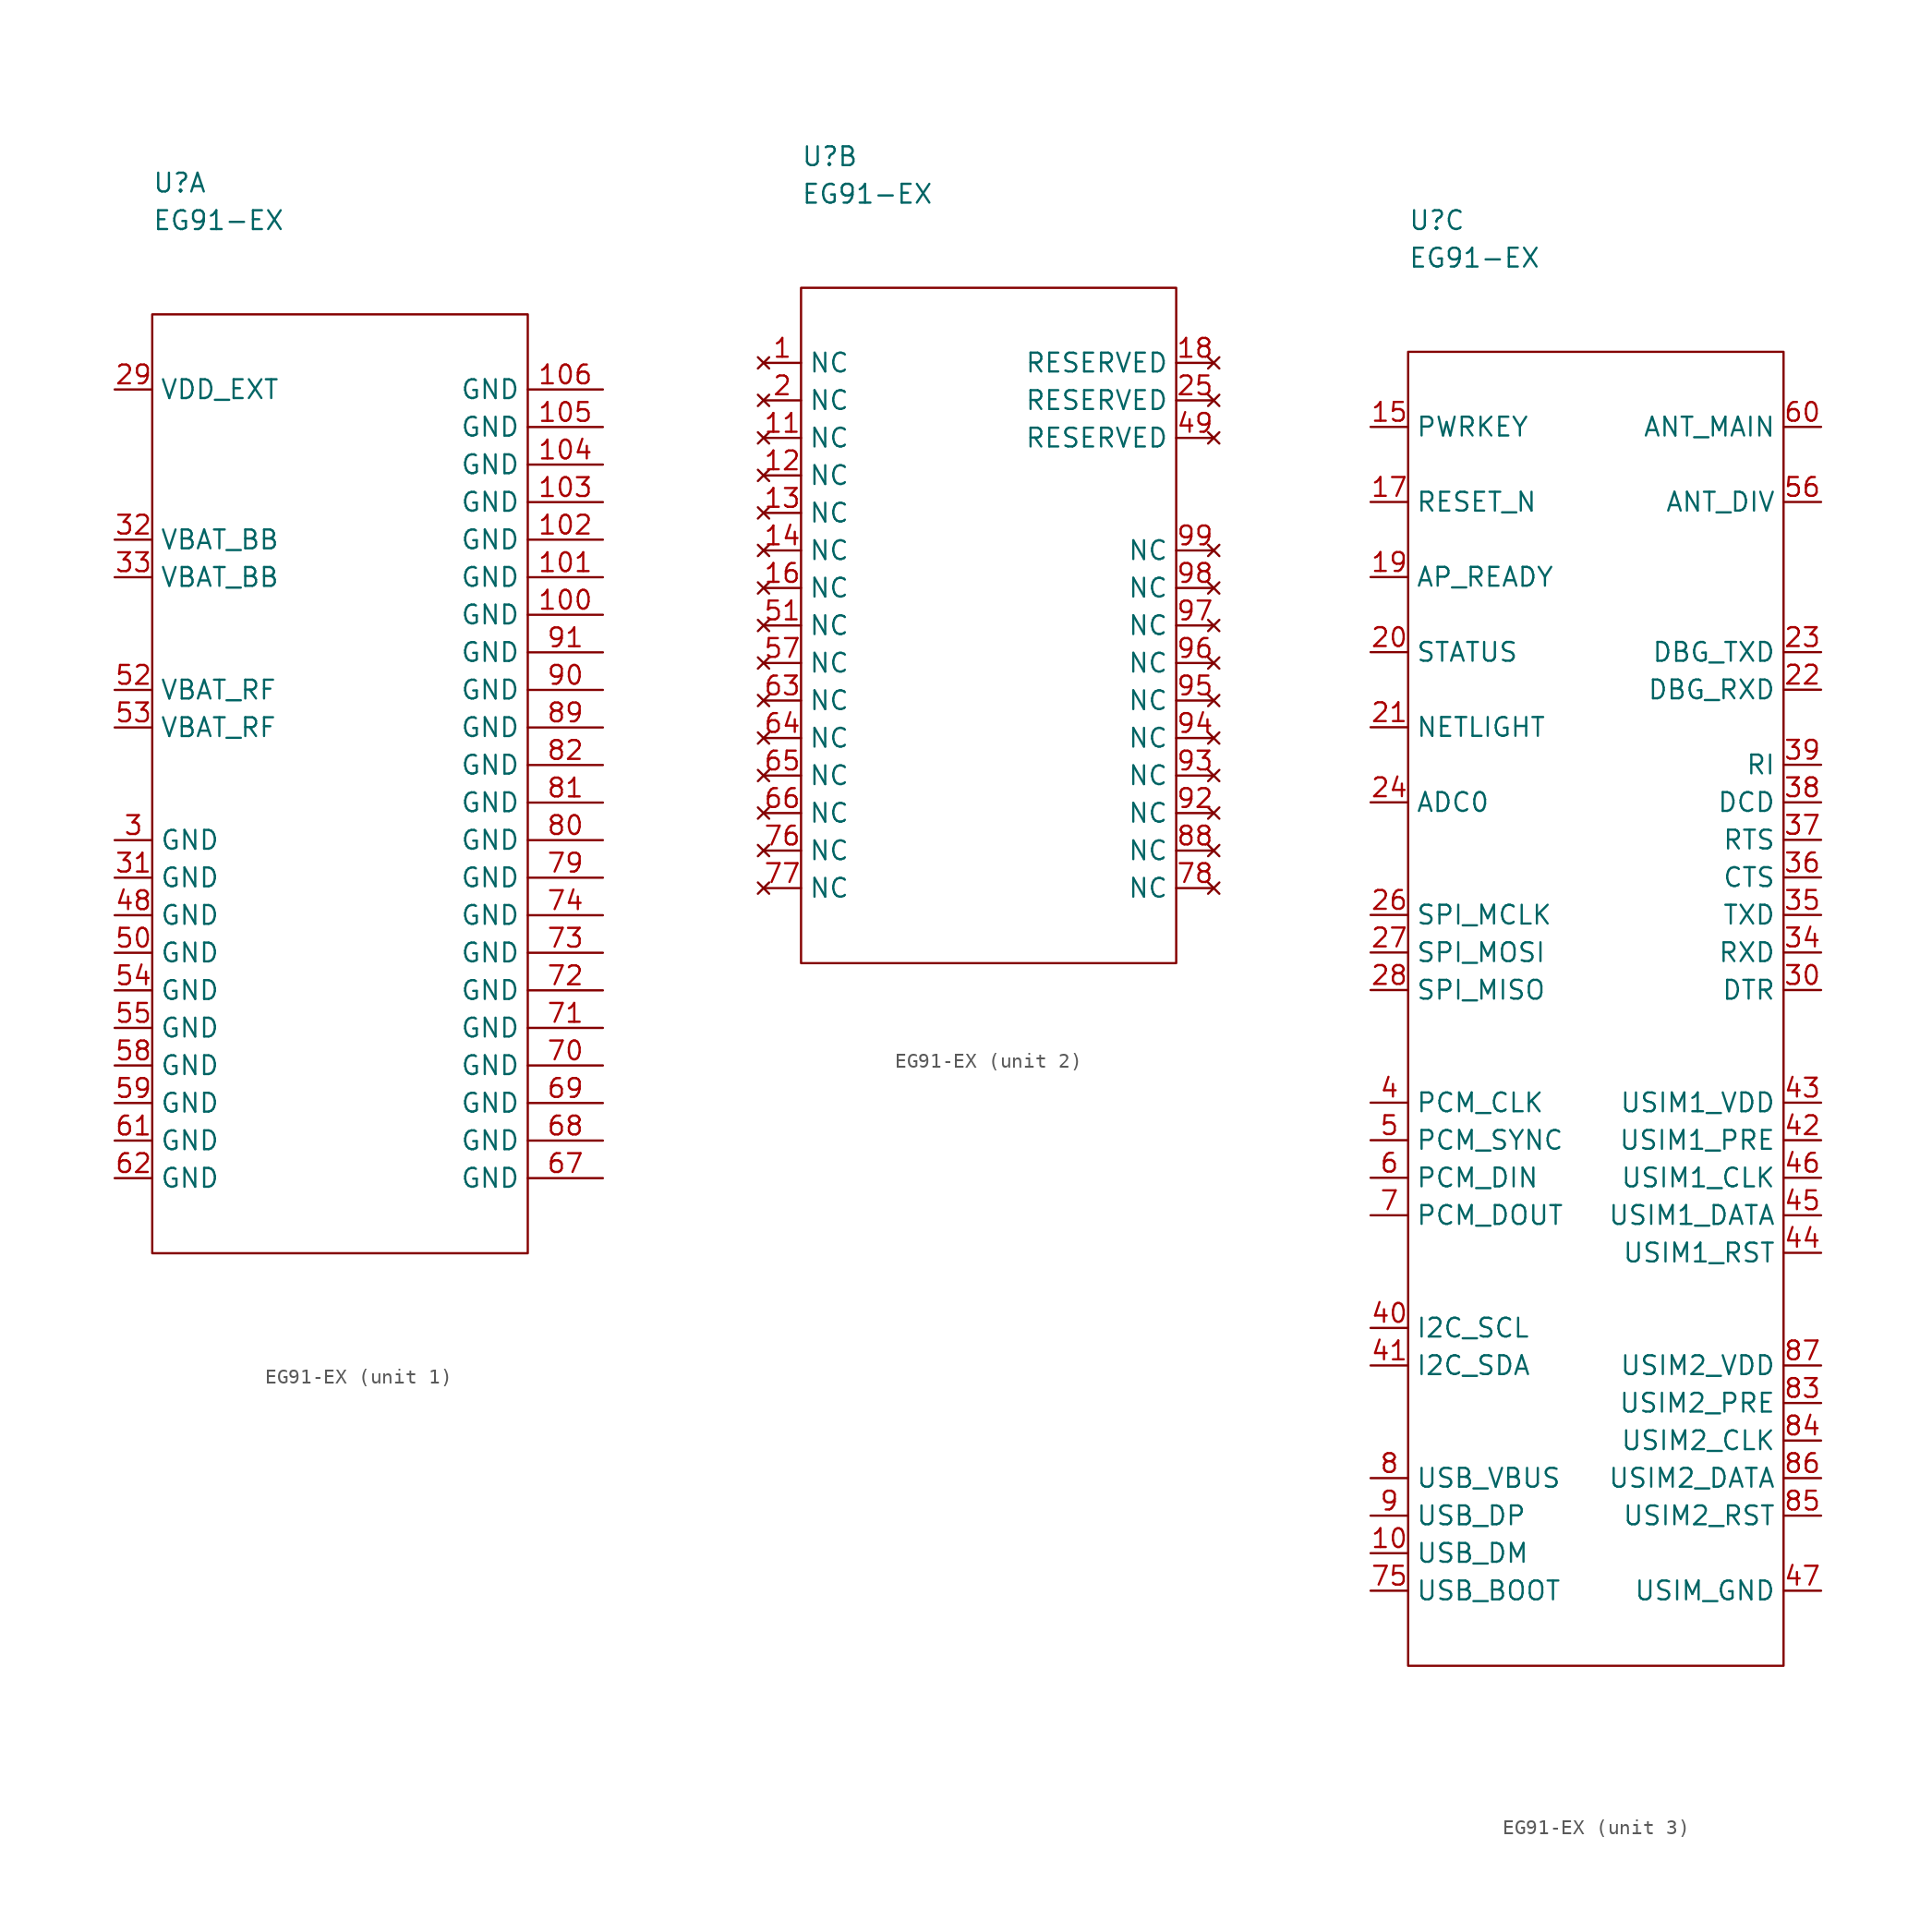
<source format=kicad_sym>
(kicad_symbol_lib
  (version 20211014)
  (generator kicad_symbol_editor)
  (symbol "EG91-EX"
    (property "Reference" "U"
      (at 0 8.89 0)
      (effects (font (size 1.27 1.27)) (justify left)))
    (property "Value" "EG91-EX"
      (at 0 6.35 0)
      (effects (font (size 1.27 1.27)) (justify left)))
    (symbol "EG91-EX_1_1"
      (rectangle (start 0 0) (end 25.4 -63.5) (stroke (width 0.152) (type default) (color 0 0 0 0)) (fill (type none)))
      (pin passive line (at 30.48 -20.32 180) (length 5.08) (name "GND" (effects (font (size 1.27 1.27)))) (number "100" (effects (font (size 1.27 1.27)))))
      (pin passive line (at 30.48 -17.78 180) (length 5.08) (name "GND" (effects (font (size 1.27 1.27)))) (number "101" (effects (font (size 1.27 1.27)))))
      (pin passive line (at 30.48 -15.24 180) (length 5.08) (name "GND" (effects (font (size 1.27 1.27)))) (number "102" (effects (font (size 1.27 1.27)))))
      (pin passive line (at 30.48 -12.7 180) (length 5.08) (name "GND" (effects (font (size 1.27 1.27)))) (number "103" (effects (font (size 1.27 1.27)))))
      (pin passive line (at 30.48 -10.16 180) (length 5.08) (name "GND" (effects (font (size 1.27 1.27)))) (number "104" (effects (font (size 1.27 1.27)))))
      (pin passive line (at 30.48 -7.62 180) (length 5.08) (name "GND" (effects (font (size 1.27 1.27)))) (number "105" (effects (font (size 1.27 1.27)))))
      (pin passive line (at 30.48 -5.08 180) (length 5.08) (name "GND" (effects (font (size 1.27 1.27)))) (number "106" (effects (font (size 1.27 1.27)))))
      (pin passive line (at -2.54 -5.08 0) (length 2.54) (name "VDD_EXT" (effects (font (size 1.27 1.27)))) (number "29" (effects (font (size 1.27 1.27)))))
      (pin passive line (at -2.54 -35.56 0) (length 2.54) (name "GND" (effects (font (size 1.27 1.27)))) (number "3" (effects (font (size 1.27 1.27)))))
      (pin passive line (at -2.54 -38.1 0) (length 2.54) (name "GND" (effects (font (size 1.27 1.27)))) (number "31" (effects (font (size 1.27 1.27)))))
      (pin passive line (at -2.54 -15.24 0) (length 2.54) (name "VBAT_BB" (effects (font (size 1.27 1.27)))) (number "32" (effects (font (size 1.27 1.27)))))
      (pin passive line (at -2.54 -17.78 0) (length 2.54) (name "VBAT_BB" (effects (font (size 1.27 1.27)))) (number "33" (effects (font (size 1.27 1.27)))))
      (pin passive line (at -2.54 -40.64 0) (length 2.54) (name "GND" (effects (font (size 1.27 1.27)))) (number "48" (effects (font (size 1.27 1.27)))))
      (pin passive line (at -2.54 -43.18 0) (length 2.54) (name "GND" (effects (font (size 1.27 1.27)))) (number "50" (effects (font (size 1.27 1.27)))))
      (pin passive line (at -2.54 -25.4 0) (length 2.54) (name "VBAT_RF" (effects (font (size 1.27 1.27)))) (number "52" (effects (font (size 1.27 1.27)))))
      (pin passive line (at -2.54 -27.94 0) (length 2.54) (name "VBAT_RF" (effects (font (size 1.27 1.27)))) (number "53" (effects (font (size 1.27 1.27)))))
      (pin passive line (at -2.54 -45.72 0) (length 2.54) (name "GND" (effects (font (size 1.27 1.27)))) (number "54" (effects (font (size 1.27 1.27)))))
      (pin passive line (at -2.54 -48.26 0) (length 2.54) (name "GND" (effects (font (size 1.27 1.27)))) (number "55" (effects (font (size 1.27 1.27)))))
      (pin passive line (at -2.54 -50.8 0) (length 2.54) (name "GND" (effects (font (size 1.27 1.27)))) (number "58" (effects (font (size 1.27 1.27)))))
      (pin passive line (at -2.54 -53.34 0) (length 2.54) (name "GND" (effects (font (size 1.27 1.27)))) (number "59" (effects (font (size 1.27 1.27)))))
      (pin passive line (at -2.54 -55.88 0) (length 2.54) (name "GND" (effects (font (size 1.27 1.27)))) (number "61" (effects (font (size 1.27 1.27)))))
      (pin passive line (at -2.54 -58.42 0) (length 2.54) (name "GND" (effects (font (size 1.27 1.27)))) (number "62" (effects (font (size 1.27 1.27)))))
      (pin passive line (at 30.48 -58.42 180) (length 5.08) (name "GND" (effects (font (size 1.27 1.27)))) (number "67" (effects (font (size 1.27 1.27)))))
      (pin passive line (at 30.48 -55.88 180) (length 5.08) (name "GND" (effects (font (size 1.27 1.27)))) (number "68" (effects (font (size 1.27 1.27)))))
      (pin passive line (at 30.48 -53.34 180) (length 5.08) (name "GND" (effects (font (size 1.27 1.27)))) (number "69" (effects (font (size 1.27 1.27)))))
      (pin passive line (at 30.48 -50.8 180) (length 5.08) (name "GND" (effects (font (size 1.27 1.27)))) (number "70" (effects (font (size 1.27 1.27)))))
      (pin passive line (at 30.48 -48.26 180) (length 5.08) (name "GND" (effects (font (size 1.27 1.27)))) (number "71" (effects (font (size 1.27 1.27)))))
      (pin passive line (at 30.48 -45.72 180) (length 5.08) (name "GND" (effects (font (size 1.27 1.27)))) (number "72" (effects (font (size 1.27 1.27)))))
      (pin passive line (at 30.48 -43.18 180) (length 5.08) (name "GND" (effects (font (size 1.27 1.27)))) (number "73" (effects (font (size 1.27 1.27)))))
      (pin passive line (at 30.48 -40.64 180) (length 5.08) (name "GND" (effects (font (size 1.27 1.27)))) (number "74" (effects (font (size 1.27 1.27)))))
      (pin passive line (at 30.48 -38.1 180) (length 5.08) (name "GND" (effects (font (size 1.27 1.27)))) (number "79" (effects (font (size 1.27 1.27)))))
      (pin passive line (at 30.48 -35.56 180) (length 5.08) (name "GND" (effects (font (size 1.27 1.27)))) (number "80" (effects (font (size 1.27 1.27)))))
      (pin passive line (at 30.48 -33.02 180) (length 5.08) (name "GND" (effects (font (size 1.27 1.27)))) (number "81" (effects (font (size 1.27 1.27)))))
      (pin passive line (at 30.48 -30.48 180) (length 5.08) (name "GND" (effects (font (size 1.27 1.27)))) (number "82" (effects (font (size 1.27 1.27)))))
      (pin passive line (at 30.48 -27.94 180) (length 5.08) (name "GND" (effects (font (size 1.27 1.27)))) (number "89" (effects (font (size 1.27 1.27)))))
      (pin passive line (at 30.48 -25.4 180) (length 5.08) (name "GND" (effects (font (size 1.27 1.27)))) (number "90" (effects (font (size 1.27 1.27)))))
      (pin passive line (at 30.48 -22.86 180) (length 5.08) (name "GND" (effects (font (size 1.27 1.27)))) (number "91" (effects (font (size 1.27 1.27))))))
    (symbol "EG91-EX_2_1"
      (rectangle (start 0 0) (end 25.4 -45.72) (stroke (width 0.152) (type default) (color 0 0 0 0)) (fill (type none)))
      (pin no_connect line (at -2.54 -5.08 0) (length 2.54) (name "NC" (effects (font (size 1.27 1.27)))) (number "1" (effects (font (size 1.27 1.27)))))
      (pin no_connect line (at -2.54 -10.16 0) (length 2.54) (name "NC" (effects (font (size 1.27 1.27)))) (number "11" (effects (font (size 1.27 1.27)))))
      (pin no_connect line (at -2.54 -12.7 0) (length 2.54) (name "NC" (effects (font (size 1.27 1.27)))) (number "12" (effects (font (size 1.27 1.27)))))
      (pin no_connect line (at -2.54 -15.24 0) (length 2.54) (name "NC" (effects (font (size 1.27 1.27)))) (number "13" (effects (font (size 1.27 1.27)))))
      (pin no_connect line (at -2.54 -17.78 0) (length 2.54) (name "NC" (effects (font (size 1.27 1.27)))) (number "14" (effects (font (size 1.27 1.27)))))
      (pin no_connect line (at -2.54 -20.32 0) (length 2.54) (name "NC" (effects (font (size 1.27 1.27)))) (number "16" (effects (font (size 1.27 1.27)))))
      (pin no_connect line (at 27.94 -5.08 180) (length 2.54) (name "RESERVED" (effects (font (size 1.27 1.27)))) (number "18" (effects (font (size 1.27 1.27)))))
      (pin no_connect line (at -2.54 -7.62 0) (length 2.54) (name "NC" (effects (font (size 1.27 1.27)))) (number "2" (effects (font (size 1.27 1.27)))))
      (pin no_connect line (at 27.94 -7.62 180) (length 2.54) (name "RESERVED" (effects (font (size 1.27 1.27)))) (number "25" (effects (font (size 1.27 1.27)))))
      (pin no_connect line (at 27.94 -10.16 180) (length 2.54) (name "RESERVED" (effects (font (size 1.27 1.27)))) (number "49" (effects (font (size 1.27 1.27)))))
      (pin no_connect line (at -2.54 -22.86 0) (length 2.54) (name "NC" (effects (font (size 1.27 1.27)))) (number "51" (effects (font (size 1.27 1.27)))))
      (pin no_connect line (at -2.54 -25.4 0) (length 2.54) (name "NC" (effects (font (size 1.27 1.27)))) (number "57" (effects (font (size 1.27 1.27)))))
      (pin no_connect line (at -2.54 -27.94 0) (length 2.54) (name "NC" (effects (font (size 1.27 1.27)))) (number "63" (effects (font (size 1.27 1.27)))))
      (pin no_connect line (at -2.54 -30.48 0) (length 2.54) (name "NC" (effects (font (size 1.27 1.27)))) (number "64" (effects (font (size 1.27 1.27)))))
      (pin no_connect line (at -2.54 -33.02 0) (length 2.54) (name "NC" (effects (font (size 1.27 1.27)))) (number "65" (effects (font (size 1.27 1.27)))))
      (pin no_connect line (at -2.54 -35.56 0) (length 2.54) (name "NC" (effects (font (size 1.27 1.27)))) (number "66" (effects (font (size 1.27 1.27)))))
      (pin no_connect line (at -2.54 -38.1 0) (length 2.54) (name "NC" (effects (font (size 1.27 1.27)))) (number "76" (effects (font (size 1.27 1.27)))))
      (pin no_connect line (at -2.54 -40.64 0) (length 2.54) (name "NC" (effects (font (size 1.27 1.27)))) (number "77" (effects (font (size 1.27 1.27)))))
      (pin no_connect line (at 27.94 -40.64 180) (length 2.54) (name "NC" (effects (font (size 1.27 1.27)))) (number "78" (effects (font (size 1.27 1.27)))))
      (pin no_connect line (at 27.94 -38.1 180) (length 2.54) (name "NC" (effects (font (size 1.27 1.27)))) (number "88" (effects (font (size 1.27 1.27)))))
      (pin no_connect line (at 27.94 -35.56 180) (length 2.54) (name "NC" (effects (font (size 1.27 1.27)))) (number "92" (effects (font (size 1.27 1.27)))))
      (pin no_connect line (at 27.94 -33.02 180) (length 2.54) (name "NC" (effects (font (size 1.27 1.27)))) (number "93" (effects (font (size 1.27 1.27)))))
      (pin no_connect line (at 27.94 -30.48 180) (length 2.54) (name "NC" (effects (font (size 1.27 1.27)))) (number "94" (effects (font (size 1.27 1.27)))))
      (pin no_connect line (at 27.94 -27.94 180) (length 2.54) (name "NC" (effects (font (size 1.27 1.27)))) (number "95" (effects (font (size 1.27 1.27)))))
      (pin no_connect line (at 27.94 -25.4 180) (length 2.54) (name "NC" (effects (font (size 1.27 1.27)))) (number "96" (effects (font (size 1.27 1.27)))))
      (pin no_connect line (at 27.94 -22.86 180) (length 2.54) (name "NC" (effects (font (size 1.27 1.27)))) (number "97" (effects (font (size 1.27 1.27)))))
      (pin no_connect line (at 27.94 -20.32 180) (length 2.54) (name "NC" (effects (font (size 1.27 1.27)))) (number "98" (effects (font (size 1.27 1.27)))))
      (pin no_connect line (at 27.94 -17.78 180) (length 2.54) (name "NC" (effects (font (size 1.27 1.27)))) (number "99" (effects (font (size 1.27 1.27))))))
    (symbol "EG91-EX_3_1"
      (rectangle (start 0 0) (end 25.4 -88.9) (stroke (width 0.152) (type default) (color 0 0 0 0)) (fill (type none)))
      (pin passive line (at -2.54 -81.28 0) (length 2.54) (name "USB_DM" (effects (font (size 1.27 1.27)))) (number "10" (effects (font (size 1.27 1.27)))))
      (pin passive line (at -2.54 -5.08 0) (length 2.54) (name "PWRKEY" (effects (font (size 1.27 1.27)))) (number "15" (effects (font (size 1.27 1.27)))))
      (pin passive line (at -2.54 -10.16 0) (length 2.54) (name "RESET_N" (effects (font (size 1.27 1.27)))) (number "17" (effects (font (size 1.27 1.27)))))
      (pin passive line (at -2.54 -15.24 0) (length 2.54) (name "AP_READY" (effects (font (size 1.27 1.27)))) (number "19" (effects (font (size 1.27 1.27)))))
      (pin passive line (at -2.54 -20.32 0) (length 2.54) (name "STATUS" (effects (font (size 1.27 1.27)))) (number "20" (effects (font (size 1.27 1.27)))))
      (pin passive line (at -2.54 -25.4 0) (length 2.54) (name "NETLIGHT" (effects (font (size 1.27 1.27)))) (number "21" (effects (font (size 1.27 1.27)))))
      (pin passive line (at 27.94 -22.86 180) (length 2.54) (name "DBG_RXD" (effects (font (size 1.27 1.27)))) (number "22" (effects (font (size 1.27 1.27)))))
      (pin passive line (at 27.94 -20.32 180) (length 2.54) (name "DBG_TXD" (effects (font (size 1.27 1.27)))) (number "23" (effects (font (size 1.27 1.27)))))
      (pin passive line (at -2.54 -30.48 0) (length 2.54) (name "ADC0" (effects (font (size 1.27 1.27)))) (number "24" (effects (font (size 1.27 1.27)))))
      (pin passive line (at -2.54 -38.1 0) (length 2.54) (name "SPI_MCLK" (effects (font (size 1.27 1.27)))) (number "26" (effects (font (size 1.27 1.27)))))
      (pin passive line (at -2.54 -40.64 0) (length 2.54) (name "SPI_MOSI" (effects (font (size 1.27 1.27)))) (number "27" (effects (font (size 1.27 1.27)))))
      (pin passive line (at -2.54 -43.18 0) (length 2.54) (name "SPI_MISO" (effects (font (size 1.27 1.27)))) (number "28" (effects (font (size 1.27 1.27)))))
      (pin passive line (at 27.94 -43.18 180) (length 2.54) (name "DTR" (effects (font (size 1.27 1.27)))) (number "30" (effects (font (size 1.27 1.27)))))
      (pin passive line (at 27.94 -40.64 180) (length 2.54) (name "RXD" (effects (font (size 1.27 1.27)))) (number "34" (effects (font (size 1.27 1.27)))))
      (pin passive line (at 27.94 -38.1 180) (length 2.54) (name "TXD" (effects (font (size 1.27 1.27)))) (number "35" (effects (font (size 1.27 1.27)))))
      (pin passive line (at 27.94 -35.56 180) (length 2.54) (name "CTS" (effects (font (size 1.27 1.27)))) (number "36" (effects (font (size 1.27 1.27)))))
      (pin passive line (at 27.94 -33.02 180) (length 2.54) (name "RTS" (effects (font (size 1.27 1.27)))) (number "37" (effects (font (size 1.27 1.27)))))
      (pin passive line (at 27.94 -30.48 180) (length 2.54) (name "DCD" (effects (font (size 1.27 1.27)))) (number "38" (effects (font (size 1.27 1.27)))))
      (pin passive line (at 27.94 -27.94 180) (length 2.54) (name "RI" (effects (font (size 1.27 1.27)))) (number "39" (effects (font (size 1.27 1.27)))))
      (pin passive line (at -2.54 -50.8 0) (length 2.54) (name "PCM_CLK" (effects (font (size 1.27 1.27)))) (number "4" (effects (font (size 1.27 1.27)))))
      (pin passive line (at -2.54 -66.04 0) (length 2.54) (name "I2C_SCL" (effects (font (size 1.27 1.27)))) (number "40" (effects (font (size 1.27 1.27)))))
      (pin passive line (at -2.54 -68.58 0) (length 2.54) (name "I2C_SDA" (effects (font (size 1.27 1.27)))) (number "41" (effects (font (size 1.27 1.27)))))
      (pin passive line (at 27.94 -53.34 180) (length 2.54) (name "USIM1_PRE" (effects (font (size 1.27 1.27)))) (number "42" (effects (font (size 1.27 1.27)))))
      (pin passive line (at 27.94 -50.8 180) (length 2.54) (name "USIM1_VDD" (effects (font (size 1.27 1.27)))) (number "43" (effects (font (size 1.27 1.27)))))
      (pin passive line (at 27.94 -60.96 180) (length 2.54) (name "USIM1_RST" (effects (font (size 1.27 1.27)))) (number "44" (effects (font (size 1.27 1.27)))))
      (pin passive line (at 27.94 -58.42 180) (length 2.54) (name "USIM1_DATA" (effects (font (size 1.27 1.27)))) (number "45" (effects (font (size 1.27 1.27)))))
      (pin passive line (at 27.94 -55.88 180) (length 2.54) (name "USIM1_CLK" (effects (font (size 1.27 1.27)))) (number "46" (effects (font (size 1.27 1.27)))))
      (pin passive line (at 27.94 -83.82 180) (length 2.54) (name "USIM_GND" (effects (font (size 1.27 1.27)))) (number "47" (effects (font (size 1.27 1.27)))))
      (pin passive line (at -2.54 -53.34 0) (length 2.54) (name "PCM_SYNC" (effects (font (size 1.27 1.27)))) (number "5" (effects (font (size 1.27 1.27)))))
      (pin passive line (at 27.94 -10.16 180) (length 2.54) (name "ANT_DIV" (effects (font (size 1.27 1.27)))) (number "56" (effects (font (size 1.27 1.27)))))
      (pin passive line (at -2.54 -55.88 0) (length 2.54) (name "PCM_DIN" (effects (font (size 1.27 1.27)))) (number "6" (effects (font (size 1.27 1.27)))))
      (pin passive line (at 27.94 -5.08 180) (length 2.54) (name "ANT_MAIN" (effects (font (size 1.27 1.27)))) (number "60" (effects (font (size 1.27 1.27)))))
      (pin passive line (at -2.54 -58.42 0) (length 2.54) (name "PCM_DOUT" (effects (font (size 1.27 1.27)))) (number "7" (effects (font (size 1.27 1.27)))))
      (pin passive line (at -2.54 -83.82 0) (length 2.54) (name "USB_BOOT" (effects (font (size 1.27 1.27)))) (number "75" (effects (font (size 1.27 1.27)))))
      (pin passive line (at -2.54 -76.2 0) (length 2.54) (name "USB_VBUS" (effects (font (size 1.27 1.27)))) (number "8" (effects (font (size 1.27 1.27)))))
      (pin passive line (at 27.94 -71.12 180) (length 2.54) (name "USIM2_PRE" (effects (font (size 1.27 1.27)))) (number "83" (effects (font (size 1.27 1.27)))))
      (pin passive line (at 27.94 -73.66 180) (length 2.54) (name "USIM2_CLK" (effects (font (size 1.27 1.27)))) (number "84" (effects (font (size 1.27 1.27)))))
      (pin passive line (at 27.94 -78.74 180) (length 2.54) (name "USIM2_RST" (effects (font (size 1.27 1.27)))) (number "85" (effects (font (size 1.27 1.27)))))
      (pin passive line (at 27.94 -76.2 180) (length 2.54) (name "USIM2_DATA" (effects (font (size 1.27 1.27)))) (number "86" (effects (font (size 1.27 1.27)))))
      (pin passive line (at 27.94 -68.58 180) (length 2.54) (name "USIM2_VDD" (effects (font (size 1.27 1.27)))) (number "87" (effects (font (size 1.27 1.27)))))
      (pin passive line (at -2.54 -78.74 0) (length 2.54) (name "USB_DP" (effects (font (size 1.27 1.27)))) (number "9" (effects (font (size 1.27 1.27))))))))
</source>
